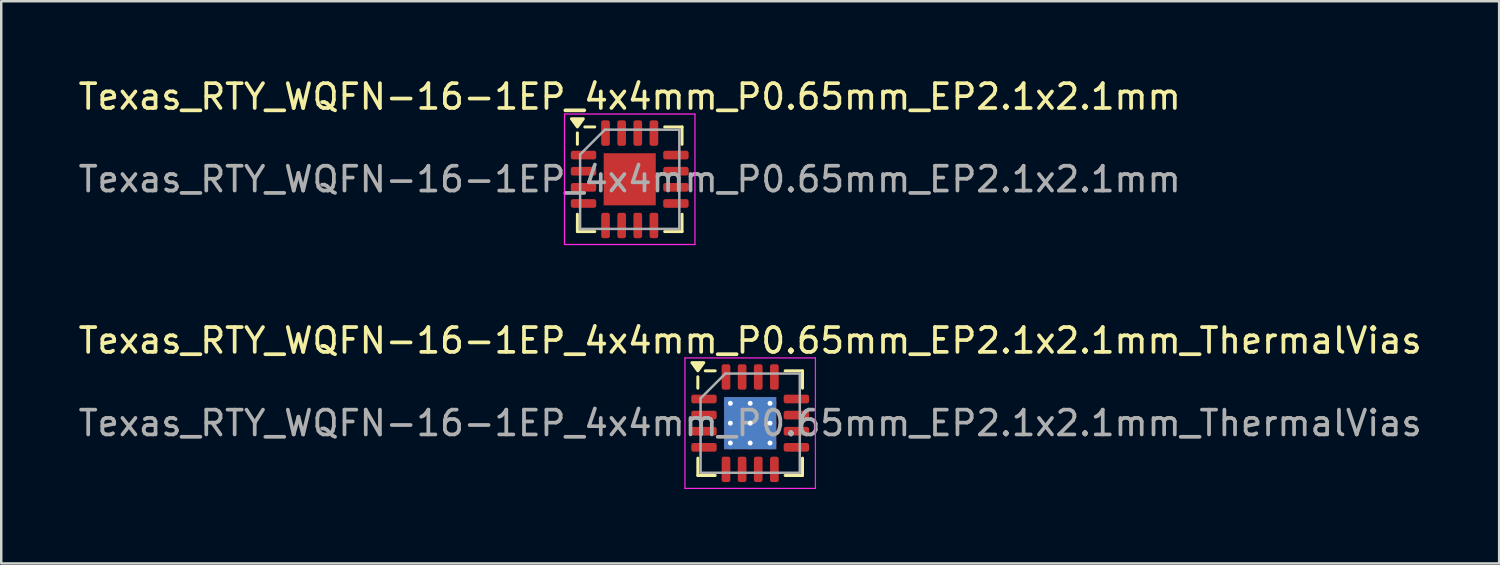
<source format=kicad_pcb>
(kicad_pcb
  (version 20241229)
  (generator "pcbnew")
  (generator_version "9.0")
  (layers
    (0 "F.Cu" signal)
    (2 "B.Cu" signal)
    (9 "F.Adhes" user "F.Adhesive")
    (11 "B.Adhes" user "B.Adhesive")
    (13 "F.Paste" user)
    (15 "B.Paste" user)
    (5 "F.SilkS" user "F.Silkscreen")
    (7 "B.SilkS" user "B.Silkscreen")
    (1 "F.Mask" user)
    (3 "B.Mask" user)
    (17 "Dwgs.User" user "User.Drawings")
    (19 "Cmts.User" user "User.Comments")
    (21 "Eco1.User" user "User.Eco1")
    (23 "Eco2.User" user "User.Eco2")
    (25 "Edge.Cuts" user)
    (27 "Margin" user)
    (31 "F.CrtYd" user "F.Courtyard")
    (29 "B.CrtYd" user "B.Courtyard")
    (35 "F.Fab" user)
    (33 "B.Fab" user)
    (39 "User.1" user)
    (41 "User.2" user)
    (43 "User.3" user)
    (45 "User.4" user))
  (footprint "Texas_RTY_WQFN-16-1EP_4x4mm_P0.65mm_EP2.1x2.1mm"
    (layer "F.Cu")
    (at 22.339 4.178)
    (property "Reference" "Texas_RTY_WQFN-16-1EP_4x4mm_P0.65mm_EP2.1x2.1mm" (at 0 -3.33 0) (layer "F.SilkS") (effects (font (size 1 1) (thickness 0.15))))
    (attr smd)
    (fp_line (start -2.11 -1.41) (end -2.11 -1.87) (stroke (width 0.12) (type solid)) (layer "F.SilkS"))
    (fp_line (start -2.11 2.11) (end -2.11 1.41) (stroke (width 0.12) (type solid)) (layer "F.SilkS"))
    (fp_line (start -1.41 -2.11) (end -1.81 -2.11) (stroke (width 0.12) (type solid)) (layer "F.SilkS"))
    (fp_line (start -1.41 2.11) (end -2.11 2.11) (stroke (width 0.12) (type solid)) (layer "F.SilkS"))
    (fp_line (start 1.41 -2.11) (end 2.11 -2.11) (stroke (width 0.12) (type solid)) (layer "F.SilkS"))
    (fp_line (start 1.41 2.11) (end 2.11 2.11) (stroke (width 0.12) (type solid)) (layer "F.SilkS"))
    (fp_line (start 2.11 -2.11) (end 2.11 -1.41) (stroke (width 0.12) (type solid)) (layer "F.SilkS"))
    (fp_line (start 2.11 2.11) (end 2.11 1.41) (stroke (width 0.12) (type solid)) (layer "F.SilkS"))
    (fp_poly (pts (xy -2.11 -2.11) (xy -2.35 -2.44) (xy -1.87 -2.44) (xy -2.11 -2.11)) (stroke (width 0.12) (type solid)) (fill yes) (layer "F.SilkS"))
    (fp_line (start -2.63 -2.63) (end -2.63 2.63) (stroke (width 0.05) (type solid)) (layer "F.CrtYd"))
    (fp_line (start -2.63 2.63) (end 2.63 2.63) (stroke (width 0.05) (type solid)) (layer "F.CrtYd"))
    (fp_line (start 2.63 -2.63) (end -2.63 -2.63) (stroke (width 0.05) (type solid)) (layer "F.CrtYd"))
    (fp_line (start 2.63 2.63) (end 2.63 -2.63) (stroke (width 0.05) (type solid)) (layer "F.CrtYd"))
    (fp_line (start -2 -1) (end -1 -2) (stroke (width 0.1) (type solid)) (layer "F.Fab"))
    (fp_line (start -2 2) (end -2 -1) (stroke (width 0.1) (type solid)) (layer "F.Fab"))
    (fp_line (start -1 -2) (end 2 -2) (stroke (width 0.1) (type solid)) (layer "F.Fab"))
    (fp_line (start 2 -2) (end 2 2) (stroke (width 0.1) (type solid)) (layer "F.Fab"))
    (fp_line (start 2 2) (end -2 2) (stroke (width 0.1) (type solid)) (layer "F.Fab"))
    (fp_text user "${REFERENCE}" (at 0 0 0) (layer "F.Fab") (effects (font (size 1 1) (thickness 0.15))))
    (pad "" smd roundrect (at -0.525 -0.525) (size 0.85 0.85) (layers "F.Paste") (roundrect_rratio 0.25))
    (pad "" smd roundrect (at -0.525 0.525) (size 0.85 0.85) (layers "F.Paste") (roundrect_rratio 0.25))
    (pad "" smd roundrect (at 0.525 -0.525) (size 0.85 0.85) (layers "F.Paste") (roundrect_rratio 0.25))
    (pad "" smd roundrect (at 0.525 0.525) (size 0.85 0.85) (layers "F.Paste") (roundrect_rratio 0.25))
    (pad "1" smd roundrect (at -1.863 -0.975) (size 1.025 0.35) (layers "F.Cu" "F.Mask" "F.Paste") (roundrect_rratio 0.25))
    (pad "2" smd roundrect (at -1.863 -0.325) (size 1.025 0.35) (layers "F.Cu" "F.Mask" "F.Paste") (roundrect_rratio 0.25))
    (pad "3" smd roundrect (at -1.863 0.325) (size 1.025 0.35) (layers "F.Cu" "F.Mask" "F.Paste") (roundrect_rratio 0.25))
    (pad "4" smd roundrect (at -1.863 0.975) (size 1.025 0.35) (layers "F.Cu" "F.Mask" "F.Paste") (roundrect_rratio 0.25))
    (pad "5" smd roundrect (at -0.975 1.863) (size 0.35 1.025) (layers "F.Cu" "F.Mask" "F.Paste") (roundrect_rratio 0.25))
    (pad "6" smd roundrect (at -0.325 1.863) (size 0.35 1.025) (layers "F.Cu" "F.Mask" "F.Paste") (roundrect_rratio 0.25))
    (pad "7" smd roundrect (at 0.325 1.863) (size 0.35 1.025) (layers "F.Cu" "F.Mask" "F.Paste") (roundrect_rratio 0.25))
    (pad "8" smd roundrect (at 0.975 1.863) (size 0.35 1.025) (layers "F.Cu" "F.Mask" "F.Paste") (roundrect_rratio 0.25))
    (pad "9" smd roundrect (at 1.863 0.975) (size 1.025 0.35) (layers "F.Cu" "F.Mask" "F.Paste") (roundrect_rratio 0.25))
    (pad "10" smd roundrect (at 1.863 0.325) (size 1.025 0.35) (layers "F.Cu" "F.Mask" "F.Paste") (roundrect_rratio 0.25))
    (pad "11" smd roundrect (at 1.863 -0.325) (size 1.025 0.35) (layers "F.Cu" "F.Mask" "F.Paste") (roundrect_rratio 0.25))
    (pad "12" smd roundrect (at 1.863 -0.975) (size 1.025 0.35) (layers "F.Cu" "F.Mask" "F.Paste") (roundrect_rratio 0.25))
    (pad "13" smd roundrect (at 0.975 -1.863) (size 0.35 1.025) (layers "F.Cu" "F.Mask" "F.Paste") (roundrect_rratio 0.25))
    (pad "14" smd roundrect (at 0.325 -1.863) (size 0.35 1.025) (layers "F.Cu" "F.Mask" "F.Paste") (roundrect_rratio 0.25))
    (pad "15" smd roundrect (at -0.325 -1.863) (size 0.35 1.025) (layers "F.Cu" "F.Mask" "F.Paste") (roundrect_rratio 0.25))
    (pad "16" smd roundrect (at -0.975 -1.863) (size 0.35 1.025) (layers "F.Cu" "F.Mask" "F.Paste") (roundrect_rratio 0.25))
    (pad "17" smd rect (at 0 0) (size 2.1 2.1) (property pad_prop_heatsink) (layers "F.Cu" "F.Mask")))
  (footprint "Texas_RTY_WQFN-16-1EP_4x4mm_P0.65mm_EP2.1x2.1mm_ThermalVias"
    (layer "F.Cu")
    (at 27.196 14.011)
    (property "Reference" "Texas_RTY_WQFN-16-1EP_4x4mm_P0.65mm_EP2.1x2.1mm_ThermalVias" (at 0 -3.33 0) (layer "F.SilkS") (effects (font (size 1 1) (thickness 0.15))))
    (attr smd)
    (fp_line (start -2.11 -1.41) (end -2.11 -1.87) (stroke (width 0.12) (type solid)) (layer "F.SilkS"))
    (fp_line (start -2.11 2.11) (end -2.11 1.41) (stroke (width 0.12) (type solid)) (layer "F.SilkS"))
    (fp_line (start -1.41 -2.11) (end -1.81 -2.11) (stroke (width 0.12) (type solid)) (layer "F.SilkS"))
    (fp_line (start -1.41 2.11) (end -2.11 2.11) (stroke (width 0.12) (type solid)) (layer "F.SilkS"))
    (fp_line (start 1.41 -2.11) (end 2.11 -2.11) (stroke (width 0.12) (type solid)) (layer "F.SilkS"))
    (fp_line (start 1.41 2.11) (end 2.11 2.11) (stroke (width 0.12) (type solid)) (layer "F.SilkS"))
    (fp_line (start 2.11 -2.11) (end 2.11 -1.41) (stroke (width 0.12) (type solid)) (layer "F.SilkS"))
    (fp_line (start 2.11 2.11) (end 2.11 1.41) (stroke (width 0.12) (type solid)) (layer "F.SilkS"))
    (fp_poly (pts (xy -2.11 -2.11) (xy -2.35 -2.44) (xy -1.87 -2.44) (xy -2.11 -2.11)) (stroke (width 0.12) (type solid)) (fill yes) (layer "F.SilkS"))
    (fp_line (start -2.63 -2.63) (end -2.63 2.63) (stroke (width 0.05) (type solid)) (layer "F.CrtYd"))
    (fp_line (start -2.63 2.63) (end 2.63 2.63) (stroke (width 0.05) (type solid)) (layer "F.CrtYd"))
    (fp_line (start 2.63 -2.63) (end -2.63 -2.63) (stroke (width 0.05) (type solid)) (layer "F.CrtYd"))
    (fp_line (start 2.63 2.63) (end 2.63 -2.63) (stroke (width 0.05) (type solid)) (layer "F.CrtYd"))
    (fp_line (start -2 -1) (end -1 -2) (stroke (width 0.1) (type solid)) (layer "F.Fab"))
    (fp_line (start -2 2) (end -2 -1) (stroke (width 0.1) (type solid)) (layer "F.Fab"))
    (fp_line (start -1 -2) (end 2 -2) (stroke (width 0.1) (type solid)) (layer "F.Fab"))
    (fp_line (start 2 -2) (end 2 2) (stroke (width 0.1) (type solid)) (layer "F.Fab"))
    (fp_line (start 2 2) (end -2 2) (stroke (width 0.1) (type solid)) (layer "F.Fab"))
    (fp_text user "${REFERENCE}" (at 0 0 0) (layer "F.Fab") (effects (font (size 1 1) (thickness 0.15))))
    (pad "" smd roundrect (at -0.525 -0.525) (size 0.88 0.88) (layers "F.Paste") (roundrect_rratio 0.25))
    (pad "" smd roundrect (at -0.525 0.525) (size 0.88 0.88) (layers "F.Paste") (roundrect_rratio 0.25))
    (pad "" smd roundrect (at 0.525 -0.525) (size 0.88 0.88) (layers "F.Paste") (roundrect_rratio 0.25))
    (pad "" smd roundrect (at 0.525 0.525) (size 0.88 0.88) (layers "F.Paste") (roundrect_rratio 0.25))
    (pad "1" smd roundrect (at -1.863 -0.975) (size 1.025 0.35) (layers "F.Cu" "F.Mask" "F.Paste") (roundrect_rratio 0.25))
    (pad "2" smd roundrect (at -1.863 -0.325) (size 1.025 0.35) (layers "F.Cu" "F.Mask" "F.Paste") (roundrect_rratio 0.25))
    (pad "3" smd roundrect (at -1.863 0.325) (size 1.025 0.35) (layers "F.Cu" "F.Mask" "F.Paste") (roundrect_rratio 0.25))
    (pad "4" smd roundrect (at -1.863 0.975) (size 1.025 0.35) (layers "F.Cu" "F.Mask" "F.Paste") (roundrect_rratio 0.25))
    (pad "5" smd roundrect (at -0.975 1.863) (size 0.35 1.025) (layers "F.Cu" "F.Mask" "F.Paste") (roundrect_rratio 0.25))
    (pad "6" smd roundrect (at -0.325 1.863) (size 0.35 1.025) (layers "F.Cu" "F.Mask" "F.Paste") (roundrect_rratio 0.25))
    (pad "7" smd roundrect (at 0.325 1.863) (size 0.35 1.025) (layers "F.Cu" "F.Mask" "F.Paste") (roundrect_rratio 0.25))
    (pad "8" smd roundrect (at 0.975 1.863) (size 0.35 1.025) (layers "F.Cu" "F.Mask" "F.Paste") (roundrect_rratio 0.25))
    (pad "9" smd roundrect (at 1.863 0.975) (size 1.025 0.35) (layers "F.Cu" "F.Mask" "F.Paste") (roundrect_rratio 0.25))
    (pad "10" smd roundrect (at 1.863 0.325) (size 1.025 0.35) (layers "F.Cu" "F.Mask" "F.Paste") (roundrect_rratio 0.25))
    (pad "11" smd roundrect (at 1.863 -0.325) (size 1.025 0.35) (layers "F.Cu" "F.Mask" "F.Paste") (roundrect_rratio 0.25))
    (pad "12" smd roundrect (at 1.863 -0.975) (size 1.025 0.35) (layers "F.Cu" "F.Mask" "F.Paste") (roundrect_rratio 0.25))
    (pad "13" smd roundrect (at 0.975 -1.863) (size 0.35 1.025) (layers "F.Cu" "F.Mask" "F.Paste") (roundrect_rratio 0.25))
    (pad "14" smd roundrect (at 0.325 -1.863) (size 0.35 1.025) (layers "F.Cu" "F.Mask" "F.Paste") (roundrect_rratio 0.25))
    (pad "15" smd roundrect (at -0.325 -1.863) (size 0.35 1.025) (layers "F.Cu" "F.Mask" "F.Paste") (roundrect_rratio 0.25))
    (pad "16" smd roundrect (at -0.975 -1.863) (size 0.35 1.025) (layers "F.Cu" "F.Mask" "F.Paste") (roundrect_rratio 0.25))
    (pad "17" thru_hole circle (at -0.8 -0.8) (size 0.5 0.5) (drill 0.2) (property pad_prop_heatsink) (layers "*.Cu"))
    (pad "17" thru_hole circle (at -0.8 0) (size 0.5 0.5) (drill 0.2) (property pad_prop_heatsink) (layers "*.Cu"))
    (pad "17" thru_hole circle (at -0.8 0.8) (size 0.5 0.5) (drill 0.2) (property pad_prop_heatsink) (layers "*.Cu"))
    (pad "17" thru_hole circle (at 0 -0.8) (size 0.5 0.5) (drill 0.2) (property pad_prop_heatsink) (layers "*.Cu"))
    (pad "17" thru_hole circle (at 0 0) (size 0.5 0.5) (drill 0.2) (property pad_prop_heatsink) (layers "*.Cu"))
    (pad "17" smd rect (at 0 0) (size 2.1 2.1) (property pad_prop_heatsink) (layers "F.Cu" "F.Mask"))
    (pad "17" smd rect (at 0 0) (size 2.1 2.1) (property pad_prop_heatsink) (layers "B.Cu"))
    (pad "17" thru_hole circle (at 0 0.8) (size 0.5 0.5) (drill 0.2) (property pad_prop_heatsink) (layers "*.Cu"))
    (pad "17" thru_hole circle (at 0.8 -0.8) (size 0.5 0.5) (drill 0.2) (property pad_prop_heatsink) (layers "*.Cu"))
    (pad "17" thru_hole circle (at 0.8 0) (size 0.5 0.5) (drill 0.2) (property pad_prop_heatsink) (layers "*.Cu"))
    (pad "17" thru_hole circle (at 0.8 0.8) (size 0.5 0.5) (drill 0.2) (property pad_prop_heatsink) (layers "*.Cu")))
  (gr_rect
    (start -3 -3)
    (end 57.393 19.666)
    (stroke (width 0.1) (type default))
    (fill no)
    (layer "Edge.Cuts")))
</source>
